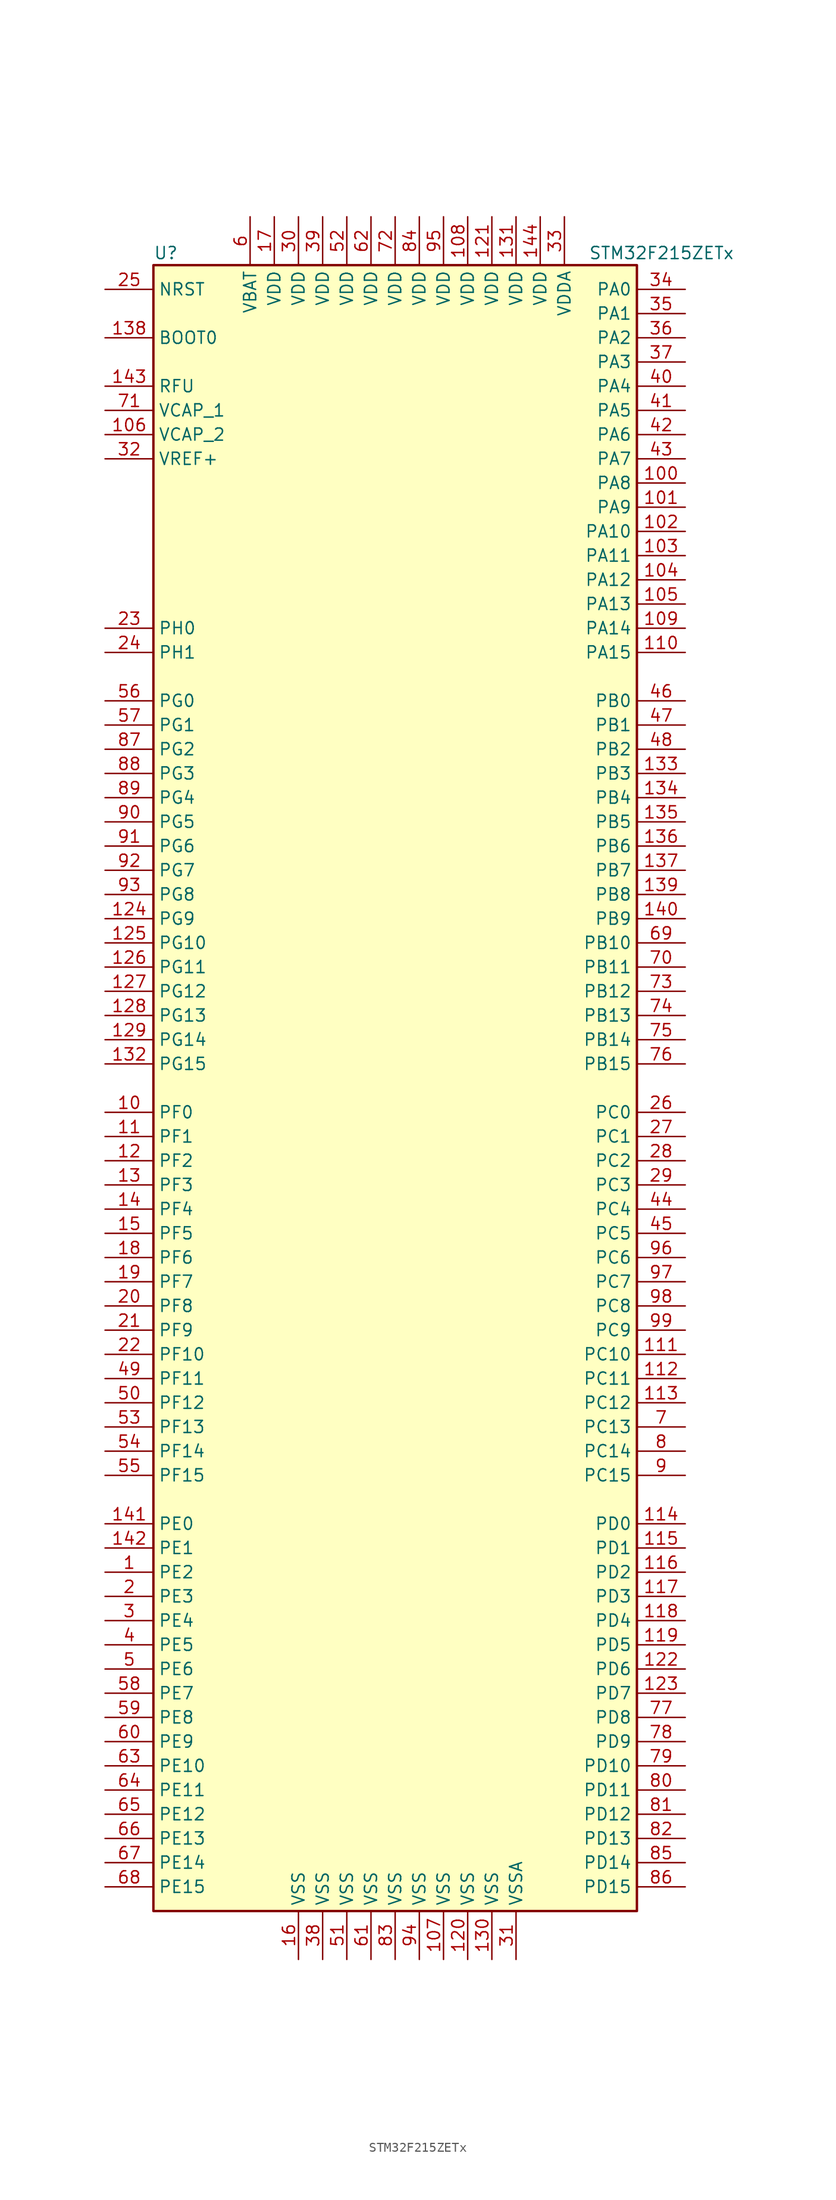
<source format=kicad_sym>
(kicad_symbol_lib
  (version 20211014)
  (generator kicad_symbol_editor)
  (symbol "STM32F215ZETx"
    (property "Reference" "U"
      (at -25.4 87.63 0)
      (effects (font (size 1.27 1.27)) (justify left)))
    (property "Value" "STM32F215ZETx"
      (at 20.32 87.63 0)
      (effects (font (size 1.27 1.27)) (justify left)))
    (symbol "STM32F215ZETx_0_1"
      (rectangle (start -25.4 -86.36) (end 25.4 86.36) (stroke (width 0.254) (type default) (color 0 0 0 0)) (fill (type background))))
    (symbol "STM32F215ZETx_1_1"
      (pin bidirectional line (at -30.48 -50.8 0) (length 5.08) (name "PE2" (effects (font (size 1.27 1.27)))) (number "1" (effects (font (size 1.27 1.27)))))
      (pin bidirectional line (at -30.48 -2.54 0) (length 5.08) (name "PF0" (effects (font (size 1.27 1.27)))) (number "10" (effects (font (size 1.27 1.27)))))
      (pin bidirectional line (at 30.48 63.5 180) (length 5.08) (name "PA8" (effects (font (size 1.27 1.27)))) (number "100" (effects (font (size 1.27 1.27)))))
      (pin bidirectional line (at 30.48 60.96 180) (length 5.08) (name "PA9" (effects (font (size 1.27 1.27)))) (number "101" (effects (font (size 1.27 1.27)))))
      (pin bidirectional line (at 30.48 58.42 180) (length 5.08) (name "PA10" (effects (font (size 1.27 1.27)))) (number "102" (effects (font (size 1.27 1.27)))))
      (pin bidirectional line (at 30.48 55.88 180) (length 5.08) (name "PA11" (effects (font (size 1.27 1.27)))) (number "103" (effects (font (size 1.27 1.27)))))
      (pin bidirectional line (at 30.48 53.34 180) (length 5.08) (name "PA12" (effects (font (size 1.27 1.27)))) (number "104" (effects (font (size 1.27 1.27)))))
      (pin bidirectional line (at 30.48 50.8 180) (length 5.08) (name "PA13" (effects (font (size 1.27 1.27)))) (number "105" (effects (font (size 1.27 1.27)))))
      (pin power_in line (at -30.48 68.58 0) (length 5.08) (name "VCAP_2" (effects (font (size 1.27 1.27)))) (number "106" (effects (font (size 1.27 1.27)))))
      (pin power_in line (at 5.08 -91.44 90) (length 5.08) (name "VSS" (effects (font (size 1.27 1.27)))) (number "107" (effects (font (size 1.27 1.27)))))
      (pin power_in line (at 7.62 91.44 270) (length 5.08) (name "VDD" (effects (font (size 1.27 1.27)))) (number "108" (effects (font (size 1.27 1.27)))))
      (pin bidirectional line (at 30.48 48.26 180) (length 5.08) (name "PA14" (effects (font (size 1.27 1.27)))) (number "109" (effects (font (size 1.27 1.27)))))
      (pin bidirectional line (at -30.48 -5.08 0) (length 5.08) (name "PF1" (effects (font (size 1.27 1.27)))) (number "11" (effects (font (size 1.27 1.27)))))
      (pin bidirectional line (at 30.48 45.72 180) (length 5.08) (name "PA15" (effects (font (size 1.27 1.27)))) (number "110" (effects (font (size 1.27 1.27)))))
      (pin bidirectional line (at 30.48 -27.94 180) (length 5.08) (name "PC10" (effects (font (size 1.27 1.27)))) (number "111" (effects (font (size 1.27 1.27)))))
      (pin bidirectional line (at 30.48 -30.48 180) (length 5.08) (name "PC11" (effects (font (size 1.27 1.27)))) (number "112" (effects (font (size 1.27 1.27)))))
      (pin bidirectional line (at 30.48 -33.02 180) (length 5.08) (name "PC12" (effects (font (size 1.27 1.27)))) (number "113" (effects (font (size 1.27 1.27)))))
      (pin bidirectional line (at 30.48 -45.72 180) (length 5.08) (name "PD0" (effects (font (size 1.27 1.27)))) (number "114" (effects (font (size 1.27 1.27)))))
      (pin bidirectional line (at 30.48 -48.26 180) (length 5.08) (name "PD1" (effects (font (size 1.27 1.27)))) (number "115" (effects (font (size 1.27 1.27)))))
      (pin bidirectional line (at 30.48 -50.8 180) (length 5.08) (name "PD2" (effects (font (size 1.27 1.27)))) (number "116" (effects (font (size 1.27 1.27)))))
      (pin bidirectional line (at 30.48 -53.34 180) (length 5.08) (name "PD3" (effects (font (size 1.27 1.27)))) (number "117" (effects (font (size 1.27 1.27)))))
      (pin bidirectional line (at 30.48 -55.88 180) (length 5.08) (name "PD4" (effects (font (size 1.27 1.27)))) (number "118" (effects (font (size 1.27 1.27)))))
      (pin bidirectional line (at 30.48 -58.42 180) (length 5.08) (name "PD5" (effects (font (size 1.27 1.27)))) (number "119" (effects (font (size 1.27 1.27)))))
      (pin bidirectional line (at -30.48 -7.62 0) (length 5.08) (name "PF2" (effects (font (size 1.27 1.27)))) (number "12" (effects (font (size 1.27 1.27)))))
      (pin power_in line (at 7.62 -91.44 90) (length 5.08) (name "VSS" (effects (font (size 1.27 1.27)))) (number "120" (effects (font (size 1.27 1.27)))))
      (pin power_in line (at 10.16 91.44 270) (length 5.08) (name "VDD" (effects (font (size 1.27 1.27)))) (number "121" (effects (font (size 1.27 1.27)))))
      (pin bidirectional line (at 30.48 -60.96 180) (length 5.08) (name "PD6" (effects (font (size 1.27 1.27)))) (number "122" (effects (font (size 1.27 1.27)))))
      (pin bidirectional line (at 30.48 -63.5 180) (length 5.08) (name "PD7" (effects (font (size 1.27 1.27)))) (number "123" (effects (font (size 1.27 1.27)))))
      (pin bidirectional line (at -30.48 17.78 0) (length 5.08) (name "PG9" (effects (font (size 1.27 1.27)))) (number "124" (effects (font (size 1.27 1.27)))))
      (pin bidirectional line (at -30.48 15.24 0) (length 5.08) (name "PG10" (effects (font (size 1.27 1.27)))) (number "125" (effects (font (size 1.27 1.27)))))
      (pin bidirectional line (at -30.48 12.7 0) (length 5.08) (name "PG11" (effects (font (size 1.27 1.27)))) (number "126" (effects (font (size 1.27 1.27)))))
      (pin bidirectional line (at -30.48 10.16 0) (length 5.08) (name "PG12" (effects (font (size 1.27 1.27)))) (number "127" (effects (font (size 1.27 1.27)))))
      (pin bidirectional line (at -30.48 7.62 0) (length 5.08) (name "PG13" (effects (font (size 1.27 1.27)))) (number "128" (effects (font (size 1.27 1.27)))))
      (pin bidirectional line (at -30.48 5.08 0) (length 5.08) (name "PG14" (effects (font (size 1.27 1.27)))) (number "129" (effects (font (size 1.27 1.27)))))
      (pin bidirectional line (at -30.48 -10.16 0) (length 5.08) (name "PF3" (effects (font (size 1.27 1.27)))) (number "13" (effects (font (size 1.27 1.27)))))
      (pin power_in line (at 10.16 -91.44 90) (length 5.08) (name "VSS" (effects (font (size 1.27 1.27)))) (number "130" (effects (font (size 1.27 1.27)))))
      (pin power_in line (at 12.7 91.44 270) (length 5.08) (name "VDD" (effects (font (size 1.27 1.27)))) (number "131" (effects (font (size 1.27 1.27)))))
      (pin bidirectional line (at -30.48 2.54 0) (length 5.08) (name "PG15" (effects (font (size 1.27 1.27)))) (number "132" (effects (font (size 1.27 1.27)))))
      (pin bidirectional line (at 30.48 33.02 180) (length 5.08) (name "PB3" (effects (font (size 1.27 1.27)))) (number "133" (effects (font (size 1.27 1.27)))))
      (pin bidirectional line (at 30.48 30.48 180) (length 5.08) (name "PB4" (effects (font (size 1.27 1.27)))) (number "134" (effects (font (size 1.27 1.27)))))
      (pin bidirectional line (at 30.48 27.94 180) (length 5.08) (name "PB5" (effects (font (size 1.27 1.27)))) (number "135" (effects (font (size 1.27 1.27)))))
      (pin bidirectional line (at 30.48 25.4 180) (length 5.08) (name "PB6" (effects (font (size 1.27 1.27)))) (number "136" (effects (font (size 1.27 1.27)))))
      (pin bidirectional line (at 30.48 22.86 180) (length 5.08) (name "PB7" (effects (font (size 1.27 1.27)))) (number "137" (effects (font (size 1.27 1.27)))))
      (pin input line (at -30.48 78.74 0) (length 5.08) (name "BOOT0" (effects (font (size 1.27 1.27)))) (number "138" (effects (font (size 1.27 1.27)))))
      (pin bidirectional line (at 30.48 20.32 180) (length 5.08) (name "PB8" (effects (font (size 1.27 1.27)))) (number "139" (effects (font (size 1.27 1.27)))))
      (pin bidirectional line (at -30.48 -12.7 0) (length 5.08) (name "PF4" (effects (font (size 1.27 1.27)))) (number "14" (effects (font (size 1.27 1.27)))))
      (pin bidirectional line (at 30.48 17.78 180) (length 5.08) (name "PB9" (effects (font (size 1.27 1.27)))) (number "140" (effects (font (size 1.27 1.27)))))
      (pin bidirectional line (at -30.48 -45.72 0) (length 5.08) (name "PE0" (effects (font (size 1.27 1.27)))) (number "141" (effects (font (size 1.27 1.27)))))
      (pin bidirectional line (at -30.48 -48.26 0) (length 5.08) (name "PE1" (effects (font (size 1.27 1.27)))) (number "142" (effects (font (size 1.27 1.27)))))
      (pin power_in line (at -30.48 73.66 0) (length 5.08) (name "RFU" (effects (font (size 1.27 1.27)))) (number "143" (effects (font (size 1.27 1.27)))))
      (pin power_in line (at 15.24 91.44 270) (length 5.08) (name "VDD" (effects (font (size 1.27 1.27)))) (number "144" (effects (font (size 1.27 1.27)))))
      (pin bidirectional line (at -30.48 -15.24 0) (length 5.08) (name "PF5" (effects (font (size 1.27 1.27)))) (number "15" (effects (font (size 1.27 1.27)))))
      (pin power_in line (at -10.16 -91.44 90) (length 5.08) (name "VSS" (effects (font (size 1.27 1.27)))) (number "16" (effects (font (size 1.27 1.27)))))
      (pin power_in line (at -12.7 91.44 270) (length 5.08) (name "VDD" (effects (font (size 1.27 1.27)))) (number "17" (effects (font (size 1.27 1.27)))))
      (pin bidirectional line (at -30.48 -17.78 0) (length 5.08) (name "PF6" (effects (font (size 1.27 1.27)))) (number "18" (effects (font (size 1.27 1.27)))))
      (pin bidirectional line (at -30.48 -20.32 0) (length 5.08) (name "PF7" (effects (font (size 1.27 1.27)))) (number "19" (effects (font (size 1.27 1.27)))))
      (pin bidirectional line (at -30.48 -53.34 0) (length 5.08) (name "PE3" (effects (font (size 1.27 1.27)))) (number "2" (effects (font (size 1.27 1.27)))))
      (pin bidirectional line (at -30.48 -22.86 0) (length 5.08) (name "PF8" (effects (font (size 1.27 1.27)))) (number "20" (effects (font (size 1.27 1.27)))))
      (pin bidirectional line (at -30.48 -25.4 0) (length 5.08) (name "PF9" (effects (font (size 1.27 1.27)))) (number "21" (effects (font (size 1.27 1.27)))))
      (pin bidirectional line (at -30.48 -27.94 0) (length 5.08) (name "PF10" (effects (font (size 1.27 1.27)))) (number "22" (effects (font (size 1.27 1.27)))))
      (pin input line (at -30.48 48.26 0) (length 5.08) (name "PH0" (effects (font (size 1.27 1.27)))) (number "23" (effects (font (size 1.27 1.27)))))
      (pin input line (at -30.48 45.72 0) (length 5.08) (name "PH1" (effects (font (size 1.27 1.27)))) (number "24" (effects (font (size 1.27 1.27)))))
      (pin input line (at -30.48 83.82 0) (length 5.08) (name "NRST" (effects (font (size 1.27 1.27)))) (number "25" (effects (font (size 1.27 1.27)))))
      (pin bidirectional line (at 30.48 -2.54 180) (length 5.08) (name "PC0" (effects (font (size 1.27 1.27)))) (number "26" (effects (font (size 1.27 1.27)))))
      (pin bidirectional line (at 30.48 -5.08 180) (length 5.08) (name "PC1" (effects (font (size 1.27 1.27)))) (number "27" (effects (font (size 1.27 1.27)))))
      (pin bidirectional line (at 30.48 -7.62 180) (length 5.08) (name "PC2" (effects (font (size 1.27 1.27)))) (number "28" (effects (font (size 1.27 1.27)))))
      (pin bidirectional line (at 30.48 -10.16 180) (length 5.08) (name "PC3" (effects (font (size 1.27 1.27)))) (number "29" (effects (font (size 1.27 1.27)))))
      (pin bidirectional line (at -30.48 -55.88 0) (length 5.08) (name "PE4" (effects (font (size 1.27 1.27)))) (number "3" (effects (font (size 1.27 1.27)))))
      (pin power_in line (at -10.16 91.44 270) (length 5.08) (name "VDD" (effects (font (size 1.27 1.27)))) (number "30" (effects (font (size 1.27 1.27)))))
      (pin power_in line (at 12.7 -91.44 90) (length 5.08) (name "VSSA" (effects (font (size 1.27 1.27)))) (number "31" (effects (font (size 1.27 1.27)))))
      (pin power_in line (at -30.48 66.04 0) (length 5.08) (name "VREF+" (effects (font (size 1.27 1.27)))) (number "32" (effects (font (size 1.27 1.27)))))
      (pin power_in line (at 17.78 91.44 270) (length 5.08) (name "VDDA" (effects (font (size 1.27 1.27)))) (number "33" (effects (font (size 1.27 1.27)))))
      (pin bidirectional line (at 30.48 83.82 180) (length 5.08) (name "PA0" (effects (font (size 1.27 1.27)))) (number "34" (effects (font (size 1.27 1.27)))))
      (pin bidirectional line (at 30.48 81.28 180) (length 5.08) (name "PA1" (effects (font (size 1.27 1.27)))) (number "35" (effects (font (size 1.27 1.27)))))
      (pin bidirectional line (at 30.48 78.74 180) (length 5.08) (name "PA2" (effects (font (size 1.27 1.27)))) (number "36" (effects (font (size 1.27 1.27)))))
      (pin bidirectional line (at 30.48 76.2 180) (length 5.08) (name "PA3" (effects (font (size 1.27 1.27)))) (number "37" (effects (font (size 1.27 1.27)))))
      (pin power_in line (at -7.62 -91.44 90) (length 5.08) (name "VSS" (effects (font (size 1.27 1.27)))) (number "38" (effects (font (size 1.27 1.27)))))
      (pin power_in line (at -7.62 91.44 270) (length 5.08) (name "VDD" (effects (font (size 1.27 1.27)))) (number "39" (effects (font (size 1.27 1.27)))))
      (pin bidirectional line (at -30.48 -58.42 0) (length 5.08) (name "PE5" (effects (font (size 1.27 1.27)))) (number "4" (effects (font (size 1.27 1.27)))))
      (pin bidirectional line (at 30.48 73.66 180) (length 5.08) (name "PA4" (effects (font (size 1.27 1.27)))) (number "40" (effects (font (size 1.27 1.27)))))
      (pin bidirectional line (at 30.48 71.12 180) (length 5.08) (name "PA5" (effects (font (size 1.27 1.27)))) (number "41" (effects (font (size 1.27 1.27)))))
      (pin bidirectional line (at 30.48 68.58 180) (length 5.08) (name "PA6" (effects (font (size 1.27 1.27)))) (number "42" (effects (font (size 1.27 1.27)))))
      (pin bidirectional line (at 30.48 66.04 180) (length 5.08) (name "PA7" (effects (font (size 1.27 1.27)))) (number "43" (effects (font (size 1.27 1.27)))))
      (pin bidirectional line (at 30.48 -12.7 180) (length 5.08) (name "PC4" (effects (font (size 1.27 1.27)))) (number "44" (effects (font (size 1.27 1.27)))))
      (pin bidirectional line (at 30.48 -15.24 180) (length 5.08) (name "PC5" (effects (font (size 1.27 1.27)))) (number "45" (effects (font (size 1.27 1.27)))))
      (pin bidirectional line (at 30.48 40.64 180) (length 5.08) (name "PB0" (effects (font (size 1.27 1.27)))) (number "46" (effects (font (size 1.27 1.27)))))
      (pin bidirectional line (at 30.48 38.1 180) (length 5.08) (name "PB1" (effects (font (size 1.27 1.27)))) (number "47" (effects (font (size 1.27 1.27)))))
      (pin bidirectional line (at 30.48 35.56 180) (length 5.08) (name "PB2" (effects (font (size 1.27 1.27)))) (number "48" (effects (font (size 1.27 1.27)))))
      (pin bidirectional line (at -30.48 -30.48 0) (length 5.08) (name "PF11" (effects (font (size 1.27 1.27)))) (number "49" (effects (font (size 1.27 1.27)))))
      (pin bidirectional line (at -30.48 -60.96 0) (length 5.08) (name "PE6" (effects (font (size 1.27 1.27)))) (number "5" (effects (font (size 1.27 1.27)))))
      (pin bidirectional line (at -30.48 -33.02 0) (length 5.08) (name "PF12" (effects (font (size 1.27 1.27)))) (number "50" (effects (font (size 1.27 1.27)))))
      (pin power_in line (at -5.08 -91.44 90) (length 5.08) (name "VSS" (effects (font (size 1.27 1.27)))) (number "51" (effects (font (size 1.27 1.27)))))
      (pin power_in line (at -5.08 91.44 270) (length 5.08) (name "VDD" (effects (font (size 1.27 1.27)))) (number "52" (effects (font (size 1.27 1.27)))))
      (pin bidirectional line (at -30.48 -35.56 0) (length 5.08) (name "PF13" (effects (font (size 1.27 1.27)))) (number "53" (effects (font (size 1.27 1.27)))))
      (pin bidirectional line (at -30.48 -38.1 0) (length 5.08) (name "PF14" (effects (font (size 1.27 1.27)))) (number "54" (effects (font (size 1.27 1.27)))))
      (pin bidirectional line (at -30.48 -40.64 0) (length 5.08) (name "PF15" (effects (font (size 1.27 1.27)))) (number "55" (effects (font (size 1.27 1.27)))))
      (pin bidirectional line (at -30.48 40.64 0) (length 5.08) (name "PG0" (effects (font (size 1.27 1.27)))) (number "56" (effects (font (size 1.27 1.27)))))
      (pin bidirectional line (at -30.48 38.1 0) (length 5.08) (name "PG1" (effects (font (size 1.27 1.27)))) (number "57" (effects (font (size 1.27 1.27)))))
      (pin bidirectional line (at -30.48 -63.5 0) (length 5.08) (name "PE7" (effects (font (size 1.27 1.27)))) (number "58" (effects (font (size 1.27 1.27)))))
      (pin bidirectional line (at -30.48 -66.04 0) (length 5.08) (name "PE8" (effects (font (size 1.27 1.27)))) (number "59" (effects (font (size 1.27 1.27)))))
      (pin power_in line (at -15.24 91.44 270) (length 5.08) (name "VBAT" (effects (font (size 1.27 1.27)))) (number "6" (effects (font (size 1.27 1.27)))))
      (pin bidirectional line (at -30.48 -68.58 0) (length 5.08) (name "PE9" (effects (font (size 1.27 1.27)))) (number "60" (effects (font (size 1.27 1.27)))))
      (pin power_in line (at -2.54 -91.44 90) (length 5.08) (name "VSS" (effects (font (size 1.27 1.27)))) (number "61" (effects (font (size 1.27 1.27)))))
      (pin power_in line (at -2.54 91.44 270) (length 5.08) (name "VDD" (effects (font (size 1.27 1.27)))) (number "62" (effects (font (size 1.27 1.27)))))
      (pin bidirectional line (at -30.48 -71.12 0) (length 5.08) (name "PE10" (effects (font (size 1.27 1.27)))) (number "63" (effects (font (size 1.27 1.27)))))
      (pin bidirectional line (at -30.48 -73.66 0) (length 5.08) (name "PE11" (effects (font (size 1.27 1.27)))) (number "64" (effects (font (size 1.27 1.27)))))
      (pin bidirectional line (at -30.48 -76.2 0) (length 5.08) (name "PE12" (effects (font (size 1.27 1.27)))) (number "65" (effects (font (size 1.27 1.27)))))
      (pin bidirectional line (at -30.48 -78.74 0) (length 5.08) (name "PE13" (effects (font (size 1.27 1.27)))) (number "66" (effects (font (size 1.27 1.27)))))
      (pin bidirectional line (at -30.48 -81.28 0) (length 5.08) (name "PE14" (effects (font (size 1.27 1.27)))) (number "67" (effects (font (size 1.27 1.27)))))
      (pin bidirectional line (at -30.48 -83.82 0) (length 5.08) (name "PE15" (effects (font (size 1.27 1.27)))) (number "68" (effects (font (size 1.27 1.27)))))
      (pin bidirectional line (at 30.48 15.24 180) (length 5.08) (name "PB10" (effects (font (size 1.27 1.27)))) (number "69" (effects (font (size 1.27 1.27)))))
      (pin bidirectional line (at 30.48 -35.56 180) (length 5.08) (name "PC13" (effects (font (size 1.27 1.27)))) (number "7" (effects (font (size 1.27 1.27)))))
      (pin bidirectional line (at 30.48 12.7 180) (length 5.08) (name "PB11" (effects (font (size 1.27 1.27)))) (number "70" (effects (font (size 1.27 1.27)))))
      (pin power_in line (at -30.48 71.12 0) (length 5.08) (name "VCAP_1" (effects (font (size 1.27 1.27)))) (number "71" (effects (font (size 1.27 1.27)))))
      (pin power_in line (at 0 91.44 270) (length 5.08) (name "VDD" (effects (font (size 1.27 1.27)))) (number "72" (effects (font (size 1.27 1.27)))))
      (pin bidirectional line (at 30.48 10.16 180) (length 5.08) (name "PB12" (effects (font (size 1.27 1.27)))) (number "73" (effects (font (size 1.27 1.27)))))
      (pin bidirectional line (at 30.48 7.62 180) (length 5.08) (name "PB13" (effects (font (size 1.27 1.27)))) (number "74" (effects (font (size 1.27 1.27)))))
      (pin bidirectional line (at 30.48 5.08 180) (length 5.08) (name "PB14" (effects (font (size 1.27 1.27)))) (number "75" (effects (font (size 1.27 1.27)))))
      (pin bidirectional line (at 30.48 2.54 180) (length 5.08) (name "PB15" (effects (font (size 1.27 1.27)))) (number "76" (effects (font (size 1.27 1.27)))))
      (pin bidirectional line (at 30.48 -66.04 180) (length 5.08) (name "PD8" (effects (font (size 1.27 1.27)))) (number "77" (effects (font (size 1.27 1.27)))))
      (pin bidirectional line (at 30.48 -68.58 180) (length 5.08) (name "PD9" (effects (font (size 1.27 1.27)))) (number "78" (effects (font (size 1.27 1.27)))))
      (pin bidirectional line (at 30.48 -71.12 180) (length 5.08) (name "PD10" (effects (font (size 1.27 1.27)))) (number "79" (effects (font (size 1.27 1.27)))))
      (pin bidirectional line (at 30.48 -38.1 180) (length 5.08) (name "PC14" (effects (font (size 1.27 1.27)))) (number "8" (effects (font (size 1.27 1.27)))))
      (pin bidirectional line (at 30.48 -73.66 180) (length 5.08) (name "PD11" (effects (font (size 1.27 1.27)))) (number "80" (effects (font (size 1.27 1.27)))))
      (pin bidirectional line (at 30.48 -76.2 180) (length 5.08) (name "PD12" (effects (font (size 1.27 1.27)))) (number "81" (effects (font (size 1.27 1.27)))))
      (pin bidirectional line (at 30.48 -78.74 180) (length 5.08) (name "PD13" (effects (font (size 1.27 1.27)))) (number "82" (effects (font (size 1.27 1.27)))))
      (pin power_in line (at 0 -91.44 90) (length 5.08) (name "VSS" (effects (font (size 1.27 1.27)))) (number "83" (effects (font (size 1.27 1.27)))))
      (pin power_in line (at 2.54 91.44 270) (length 5.08) (name "VDD" (effects (font (size 1.27 1.27)))) (number "84" (effects (font (size 1.27 1.27)))))
      (pin bidirectional line (at 30.48 -81.28 180) (length 5.08) (name "PD14" (effects (font (size 1.27 1.27)))) (number "85" (effects (font (size 1.27 1.27)))))
      (pin bidirectional line (at 30.48 -83.82 180) (length 5.08) (name "PD15" (effects (font (size 1.27 1.27)))) (number "86" (effects (font (size 1.27 1.27)))))
      (pin bidirectional line (at -30.48 35.56 0) (length 5.08) (name "PG2" (effects (font (size 1.27 1.27)))) (number "87" (effects (font (size 1.27 1.27)))))
      (pin bidirectional line (at -30.48 33.02 0) (length 5.08) (name "PG3" (effects (font (size 1.27 1.27)))) (number "88" (effects (font (size 1.27 1.27)))))
      (pin bidirectional line (at -30.48 30.48 0) (length 5.08) (name "PG4" (effects (font (size 1.27 1.27)))) (number "89" (effects (font (size 1.27 1.27)))))
      (pin bidirectional line (at 30.48 -40.64 180) (length 5.08) (name "PC15" (effects (font (size 1.27 1.27)))) (number "9" (effects (font (size 1.27 1.27)))))
      (pin bidirectional line (at -30.48 27.94 0) (length 5.08) (name "PG5" (effects (font (size 1.27 1.27)))) (number "90" (effects (font (size 1.27 1.27)))))
      (pin bidirectional line (at -30.48 25.4 0) (length 5.08) (name "PG6" (effects (font (size 1.27 1.27)))) (number "91" (effects (font (size 1.27 1.27)))))
      (pin bidirectional line (at -30.48 22.86 0) (length 5.08) (name "PG7" (effects (font (size 1.27 1.27)))) (number "92" (effects (font (size 1.27 1.27)))))
      (pin bidirectional line (at -30.48 20.32 0) (length 5.08) (name "PG8" (effects (font (size 1.27 1.27)))) (number "93" (effects (font (size 1.27 1.27)))))
      (pin power_in line (at 2.54 -91.44 90) (length 5.08) (name "VSS" (effects (font (size 1.27 1.27)))) (number "94" (effects (font (size 1.27 1.27)))))
      (pin power_in line (at 5.08 91.44 270) (length 5.08) (name "VDD" (effects (font (size 1.27 1.27)))) (number "95" (effects (font (size 1.27 1.27)))))
      (pin bidirectional line (at 30.48 -17.78 180) (length 5.08) (name "PC6" (effects (font (size 1.27 1.27)))) (number "96" (effects (font (size 1.27 1.27)))))
      (pin bidirectional line (at 30.48 -20.32 180) (length 5.08) (name "PC7" (effects (font (size 1.27 1.27)))) (number "97" (effects (font (size 1.27 1.27)))))
      (pin bidirectional line (at 30.48 -22.86 180) (length 5.08) (name "PC8" (effects (font (size 1.27 1.27)))) (number "98" (effects (font (size 1.27 1.27)))))
      (pin bidirectional line (at 30.48 -25.4 180) (length 5.08) (name "PC9" (effects (font (size 1.27 1.27)))) (number "99" (effects (font (size 1.27 1.27))))))))
</source>
